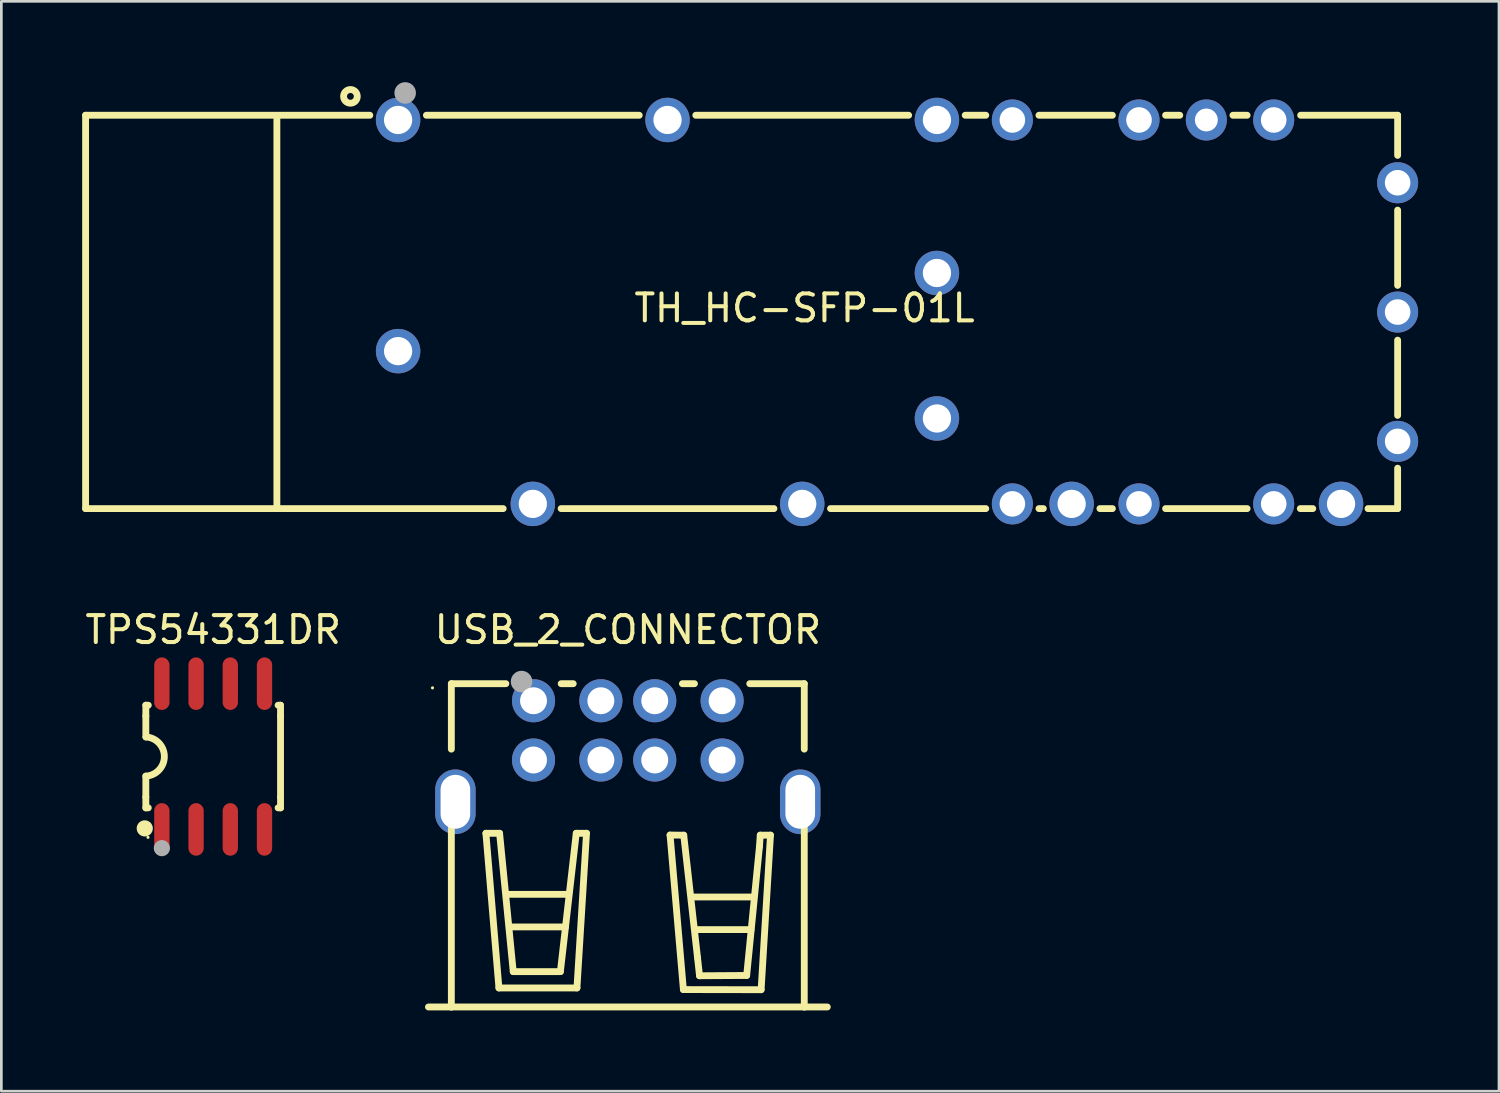
<source format=kicad_pcb>
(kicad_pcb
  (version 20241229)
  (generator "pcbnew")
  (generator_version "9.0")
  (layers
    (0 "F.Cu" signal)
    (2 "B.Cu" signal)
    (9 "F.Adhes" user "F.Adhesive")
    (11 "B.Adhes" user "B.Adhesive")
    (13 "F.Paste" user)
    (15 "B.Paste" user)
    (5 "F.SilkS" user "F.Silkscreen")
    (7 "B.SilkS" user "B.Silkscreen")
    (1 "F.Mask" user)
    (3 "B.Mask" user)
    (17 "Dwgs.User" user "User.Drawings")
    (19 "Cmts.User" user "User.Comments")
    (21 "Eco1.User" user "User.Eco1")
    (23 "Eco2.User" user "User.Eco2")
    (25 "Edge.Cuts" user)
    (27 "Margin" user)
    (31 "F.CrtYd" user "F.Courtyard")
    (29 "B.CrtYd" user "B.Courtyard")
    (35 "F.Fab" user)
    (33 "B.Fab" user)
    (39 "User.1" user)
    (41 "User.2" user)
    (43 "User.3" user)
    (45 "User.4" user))
  (footprint "USB_2_CONNECTOR"
    (layer "F.Cu")
    (at 20.253 24.835)
    (property "Reference" "USB_2_CONNECTOR" (at 0.002 -4.508 180) (layer "F.SilkS") (effects (font (size 1 1) (thickness 0.15))))
    (attr through_hole)
    (fp_line (start -6.55 -2.508) (end -6.55 -0.078) (stroke (width 0.254) (type solid)) (layer "F.SilkS"))
    (fp_line (start -6.55 -2.508) (end -4.526 -2.508) (stroke (width 0.254) (type solid)) (layer "F.SilkS"))
    (fp_line (start -6.55 2.761) (end -6.55 9.492) (stroke (width 0.254) (type solid)) (layer "F.SilkS"))
    (fp_line (start -6.55 9.492) (end -7.4 9.492) (stroke (width 0.254) (type solid)) (layer "F.SilkS"))
    (fp_line (start -6.55 9.492) (end 6.555 9.492) (stroke (width 0.254) (type solid)) (layer "F.SilkS"))
    (fp_line (start -5.267 3.045) (end -4.759 3.045) (stroke (width 0.254) (type solid)) (layer "F.SilkS"))
    (fp_line (start -4.784 8.786) (end -5.267 3.045) (stroke (width 0.254) (type solid)) (layer "F.SilkS"))
    (fp_line (start -4.759 3.045) (end -4.253 8.18) (stroke (width 0.254) (type solid)) (layer "F.SilkS"))
    (fp_line (start -4.481 5.311) (end -2.221 5.311) (stroke (width 0.254) (type solid)) (layer "F.SilkS"))
    (fp_line (start -4.341 6.521) (end -2.311 6.521) (stroke (width 0.254) (type solid)) (layer "F.SilkS"))
    (fp_line (start -4.253 8.18) (end -2.503 8.18) (stroke (width 0.254) (type solid)) (layer "F.SilkS"))
    (fp_line (start -2.503 8.18) (end -1.914 3.045) (stroke (width 0.254) (type solid)) (layer "F.SilkS"))
    (fp_line (start -2.474 -2.508) (end -2.026 -2.508) (stroke (width 0.254) (type solid)) (layer "F.SilkS"))
    (fp_line (start -1.914 3.045) (end -1.533 3.045) (stroke (width 0.254) (type solid)) (layer "F.SilkS"))
    (fp_line (start -1.888 8.786) (end -4.784 8.786) (stroke (width 0.254) (type solid)) (layer "F.SilkS"))
    (fp_line (start -1.533 3.045) (end -1.888 8.786) (stroke (width 0.254) (type solid)) (layer "F.SilkS"))
    (fp_line (start 1.568 3.111) (end 2.076 3.115) (stroke (width 0.254) (type solid)) (layer "F.SilkS"))
    (fp_line (start 2.026 -2.508) (end 2.474 -2.508) (stroke (width 0.254) (type solid)) (layer "F.SilkS"))
    (fp_line (start 2.063 8.846) (end 1.568 3.111) (stroke (width 0.254) (type solid)) (layer "F.SilkS"))
    (fp_line (start 2.076 3.115) (end 2.587 7.655) (stroke (width 0.254) (type solid)) (layer "F.SilkS"))
    (fp_line (start 2.4 5.41) (end 4.66 5.41) (stroke (width 0.254) (type solid)) (layer "F.SilkS"))
    (fp_line (start 2.54 6.62) (end 4.57 6.62) (stroke (width 0.254) (type solid)) (layer "F.SilkS"))
    (fp_line (start 2.587 7.655) (end 2.662 8.333) (stroke (width 0.254) (type solid)) (layer "F.SilkS"))
    (fp_line (start 2.662 8.333) (end 4.412 8.322) (stroke (width 0.254) (type solid)) (layer "F.SilkS"))
    (fp_line (start 4.412 8.322) (end 4.886 3.544) (stroke (width 0.254) (type solid)) (layer "F.SilkS"))
    (fp_line (start 4.526 -2.508) (end 6.55 -2.508) (stroke (width 0.254) (type solid)) (layer "F.SilkS"))
    (fp_line (start 4.886 3.544) (end 4.916 3.114) (stroke (width 0.254) (type solid)) (layer "F.SilkS"))
    (fp_line (start 4.916 3.114) (end 5.296 3.114) (stroke (width 0.254) (type solid)) (layer "F.SilkS"))
    (fp_line (start 4.948 8.851) (end 2.063 8.846) (stroke (width 0.254) (type solid)) (layer "F.SilkS"))
    (fp_line (start 5.296 3.114) (end 4.948 8.851) (stroke (width 0.254) (type solid)) (layer "F.SilkS"))
    (fp_line (start 6.55 -2.508) (end 6.55 -0.078) (stroke (width 0.254) (type solid)) (layer "F.SilkS"))
    (fp_line (start 6.55 2.761) (end 6.55 9.492) (stroke (width 0.254) (type solid)) (layer "F.SilkS"))
    (fp_line (start 6.555 9.492) (end 7.405 9.492) (stroke (width 0.254) (type solid)) (layer "F.SilkS"))
    (fp_circle (center -7.25 -2.353) (end -7.22 -2.353) (stroke (width 0.06) (type solid)) (fill no) (layer "F.SilkS"))
    (fp_circle (center -3.944 -2.587) (end -3.744 -2.587) (stroke (width 0.4) (type solid)) (fill no) (layer "F.Fab"))
    (pad "1" thru_hole circle (at -3.5 -1.875) (size 1.6 1.6) (drill 1) (layers "*.Cu" "*.Mask"))
    (pad "2" thru_hole circle (at -1 -1.875) (size 1.6 1.6) (drill 1) (layers "*.Cu" "*.Mask"))
    (pad "3" thru_hole circle (at 1 -1.875) (size 1.6 1.6) (drill 1) (layers "*.Cu" "*.Mask"))
    (pad "4" thru_hole circle (at 3.5 -1.875) (size 1.6 1.6) (drill 1) (layers "*.Cu" "*.Mask"))
    (pad "5" thru_hole circle (at -3.5 0.325) (size 1.6 1.6) (drill 1) (layers "*.Cu" "*.Mask"))
    (pad "6" thru_hole circle (at -1 0.325) (size 1.6 1.6) (drill 1) (layers "*.Cu" "*.Mask"))
    (pad "7" thru_hole circle (at 1 0.325) (size 1.6 1.6) (drill 1) (layers "*.Cu" "*.Mask"))
    (pad "8" thru_hole circle (at 3.5 0.325) (size 1.6 1.6) (drill 1) (layers "*.Cu" "*.Mask"))
    (pad "9" thru_hole oval (at 6.4 1.875) (size 1.5 2.4) (drill oval 1.1 2) (layers "*.Cu" "*.Mask"))
    (pad "10" thru_hole oval (at -6.4 1.875) (size 1.5 2.4) (drill oval 1.1 2) (layers "*.Cu" "*.Mask")))
  (footprint "TPS54331DR"
    (layer "F.Cu")
    (at 4.863 25.031)
    (property "Reference" "TPS54331DR" (at 0 -4.705 0) (layer "F.SilkS") (effects (font (size 1 1) (thickness 0.15))))
    (attr through_hole)
    (fp_line (start -2.5 -1.905) (end -2.409 -1.905) (stroke (width 0.254) (type solid)) (layer "F.SilkS"))
    (fp_line (start -2.5 -1.5) (end -2.5 -1.905) (stroke (width 0.254) (type solid)) (layer "F.SilkS"))
    (fp_line (start -2.5 -1.5) (end -2.5 -0.726) (stroke (width 0.254) (type solid)) (layer "F.SilkS"))
    (fp_line (start -2.5 1.5) (end -2.5 0.727) (stroke (width 0.254) (type solid)) (layer "F.SilkS"))
    (fp_line (start -2.5 1.5) (end -2.5 1.905) (stroke (width 0.254) (type solid)) (layer "F.SilkS"))
    (fp_line (start -2.5 1.905) (end -2.409 1.905) (stroke (width 0.254) (type solid)) (layer "F.SilkS"))
    (fp_line (start 2.5 -1.905) (end 2.409 -1.905) (stroke (width 0.254) (type solid)) (layer "F.SilkS"))
    (fp_line (start 2.5 -1.5) (end 2.5 -1.905) (stroke (width 0.254) (type solid)) (layer "F.SilkS"))
    (fp_line (start 2.5 -1.5) (end 2.5 1.5) (stroke (width 0.254) (type solid)) (layer "F.SilkS"))
    (fp_line (start 2.5 1.5) (end 2.5 1.905) (stroke (width 0.254) (type solid)) (layer "F.SilkS"))
    (fp_line (start 2.5 1.905) (end 2.409 1.905) (stroke (width 0.254) (type solid)) (layer "F.SilkS"))
    (fp_arc (start -2.495098 -0.726289) (mid -1.812145 0.002452) (end -2.499999 0.726568) (stroke (width 0.254) (type solid)) (layer "F.SilkS"))
    (fp_circle (center -2.54 2.667) (end -2.39 2.667) (stroke (width 0.3) (type solid)) (fill no) (layer "F.SilkS"))
    (fp_circle (center -2.42 3) (end -2.39 3) (stroke (width 0.06) (type solid)) (fill no) (layer "F.SilkS"))
    (fp_circle (center -1.905 3.4) (end -1.755 3.4) (stroke (width 0.3) (type solid)) (fill no) (layer "F.Fab"))
    (pad "1" smd oval (at -1.905 2.705) (size 0.568 1.95) (layers "F.Cu" "F.Mask" "F.Paste"))
    (pad "2" smd oval (at -0.635 2.705) (size 0.568 1.95) (layers "F.Cu" "F.Mask" "F.Paste"))
    (pad "3" smd oval (at 0.635 2.705) (size 0.568 1.95) (layers "F.Cu" "F.Mask" "F.Paste"))
    (pad "4" smd oval (at 1.905 2.705) (size 0.568 1.95) (layers "F.Cu" "F.Mask" "F.Paste"))
    (pad "5" smd oval (at 1.905 -2.705) (size 0.568 1.95) (layers "F.Cu" "F.Mask" "F.Paste"))
    (pad "6" smd oval (at 0.635 -2.705) (size 0.568 1.95) (layers "F.Cu" "F.Mask" "F.Paste"))
    (pad "7" smd oval (at -0.635 -2.705) (size 0.568 1.95) (layers "F.Cu" "F.Mask" "F.Paste"))
    (pad "8" smd oval (at -1.905 -2.705) (size 0.568 1.95) (layers "F.Cu" "F.Mask" "F.Paste")))
  (footprint "TH_HC-SFP-01L"
    (layer "F.Cu")
    (at 30.277 8.528)
    (property "Reference" "TH_HC-SFP-01L" (at -3.464 -0.142 0) (layer "F.SilkS") (effects (font (size 1 1) (thickness 0.15))))
    (attr through_hole)
    (fp_line (start -30.15 -7.3) (end -19.6 -7.3) (stroke (width 0.254) (type solid)) (layer "F.SilkS"))
    (fp_line (start -30.15 7.3) (end -30.15 -7.3) (stroke (width 0.254) (type solid)) (layer "F.SilkS"))
    (fp_line (start -30.15 7.3) (end -14.65 7.3) (stroke (width 0.254) (type solid)) (layer "F.SilkS"))
    (fp_line (start -23.05 -7.239) (end -23.05 7.239) (stroke (width 0.254) (type solid)) (layer "F.SilkS"))
    (fp_line (start -17.5 -7.3) (end -9.6 -7.3) (stroke (width 0.254) (type solid)) (layer "F.SilkS"))
    (fp_line (start -7.5 -7.3) (end 0.4 -7.3) (stroke (width 0.254) (type solid)) (layer "F.SilkS"))
    (fp_line (start -4.6 7.3) (end -12.5 7.3) (stroke (width 0.254) (type solid)) (layer "F.SilkS"))
    (fp_line (start 2.5 -7.3) (end 3.263 -7.3) (stroke (width 0.254) (type solid)) (layer "F.SilkS"))
    (fp_line (start 3.263 7.3) (end -2.5 7.3) (stroke (width 0.254) (type solid)) (layer "F.SilkS"))
    (fp_line (start 5.237 -7.3) (end 7.963 -7.3) (stroke (width 0.254) (type solid)) (layer "F.SilkS"))
    (fp_line (start 5.4 7.3) (end 5.237 7.3) (stroke (width 0.254) (type solid)) (layer "F.SilkS"))
    (fp_line (start 7.963 7.3) (end 7.5 7.3) (stroke (width 0.254) (type solid)) (layer "F.SilkS"))
    (fp_line (start 9.937 -7.3) (end 10.463 -7.3) (stroke (width 0.254) (type solid)) (layer "F.SilkS"))
    (fp_line (start 12.437 -7.3) (end 12.963 -7.3) (stroke (width 0.254) (type solid)) (layer "F.SilkS"))
    (fp_line (start 12.963 7.3) (end 9.937 7.3) (stroke (width 0.254) (type solid)) (layer "F.SilkS"))
    (fp_line (start 15.4 7.3) (end 14.937 7.3) (stroke (width 0.254) (type solid)) (layer "F.SilkS"))
    (fp_line (start 18.55 -7.3) (end 14.95 -7.3) (stroke (width 0.254) (type solid)) (layer "F.SilkS"))
    (fp_line (start 18.55 -7.3) (end 18.55 -5.811) (stroke (width 0.254) (type solid)) (layer "F.SilkS"))
    (fp_line (start 18.55 -3.779) (end 18.55 -0.985) (stroke (width 0.254) (type solid)) (layer "F.SilkS"))
    (fp_line (start 18.55 1.047) (end 18.55 3.841) (stroke (width 0.254) (type solid)) (layer "F.SilkS"))
    (fp_line (start 18.55 5.8) (end 18.55 7.3) (stroke (width 0.254) (type solid)) (layer "F.SilkS"))
    (fp_line (start 18.55 7.3) (end 17.45 7.3) (stroke (width 0.254) (type solid)) (layer "F.SilkS"))
    (fp_circle (center -23.05 -7.3) (end -23.02 -7.3) (stroke (width 0.06) (type solid)) (fill no) (layer "F.SilkS"))
    (fp_circle (center -20.32 -8.001) (end -20.066 -8.001) (stroke (width 0.254) (type solid)) (fill no) (layer "F.SilkS"))
    (fp_circle (center -18.288 -8.128) (end -18.088 -8.128) (stroke (width 0.4) (type solid)) (fill no) (layer "F.Fab"))
    (pad "1" thru_hole circle (at -18.55 -7.125) (size 1.65 1.65) (drill 1.05) (layers "*.Cu" "*.Mask"))
    (pad "2" thru_hole circle (at -8.55 -7.125) (size 1.65 1.65) (drill 1.05) (layers "*.Cu" "*.Mask"))
    (pad "3" thru_hole circle (at 1.45 -7.125) (size 1.65 1.65) (drill 1.05) (layers "*.Cu" "*.Mask"))
    (pad "4" thru_hole circle (at 4.25 -7.125) (size 1.524 1.524) (drill 0.95) (layers "*.Cu" "*.Mask"))
    (pad "5" thru_hole circle (at 8.95 -7.125) (size 1.524 1.524) (drill 0.95) (layers "*.Cu" "*.Mask"))
    (pad "6" thru_hole circle (at 11.45 -7.125) (size 1.524 1.524) (drill 0.85) (layers "*.Cu" "*.Mask"))
    (pad "7" thru_hole circle (at 13.95 -7.125) (size 1.524 1.524) (drill 0.95) (layers "*.Cu" "*.Mask"))
    (pad "8" thru_hole circle (at 18.55 -4.795) (size 1.524 1.524) (drill 0.95) (layers "*.Cu" "*.Mask"))
    (pad "9" thru_hole circle (at 18.55 0.005) (size 1.524 1.524) (drill 0.95) (layers "*.Cu" "*.Mask"))
    (pad "10" thru_hole circle (at 18.55 4.805) (size 1.524 1.524) (drill 0.95) (layers "*.Cu" "*.Mask"))
    (pad "11" thru_hole circle (at 16.45 7.125) (size 1.65 1.65) (drill 1.05) (layers "*.Cu" "*.Mask"))
    (pad "12" thru_hole circle (at 13.95 7.125) (size 1.524 1.524) (drill 0.95) (layers "*.Cu" "*.Mask"))
    (pad "13" thru_hole circle (at 8.95 7.125) (size 1.524 1.524) (drill 0.95) (layers "*.Cu" "*.Mask"))
    (pad "14" thru_hole circle (at 6.45 7.125) (size 1.65 1.65) (drill 1.05) (layers "*.Cu" "*.Mask"))
    (pad "15" thru_hole circle (at 4.25 7.125) (size 1.524 1.524) (drill 0.95) (layers "*.Cu" "*.Mask"))
    (pad "16" thru_hole circle (at -3.55 7.125) (size 1.65 1.65) (drill 1.05) (layers "*.Cu" "*.Mask"))
    (pad "17" thru_hole circle (at -13.55 7.125) (size 1.65 1.65) (drill 1.05) (layers "*.Cu" "*.Mask"))
    (pad "18" thru_hole circle (at -18.55 1.455) (size 1.65 1.65) (drill 1.05) (layers "*.Cu" "*.Mask"))
    (pad "19" thru_hole circle (at 1.45 3.955) (size 1.65 1.65) (drill 1.05) (layers "*.Cu" "*.Mask"))
    (pad "20" thru_hole circle (at 1.45 -1.445) (size 1.65 1.65) (drill 1.05) (layers "*.Cu" "*.Mask")))
  (gr_rect
    (start -3 -3)
    (end 52.589 37.453)
    (stroke (width 0.1) (type default))
    (fill no)
    (layer "Edge.Cuts")))
</source>
